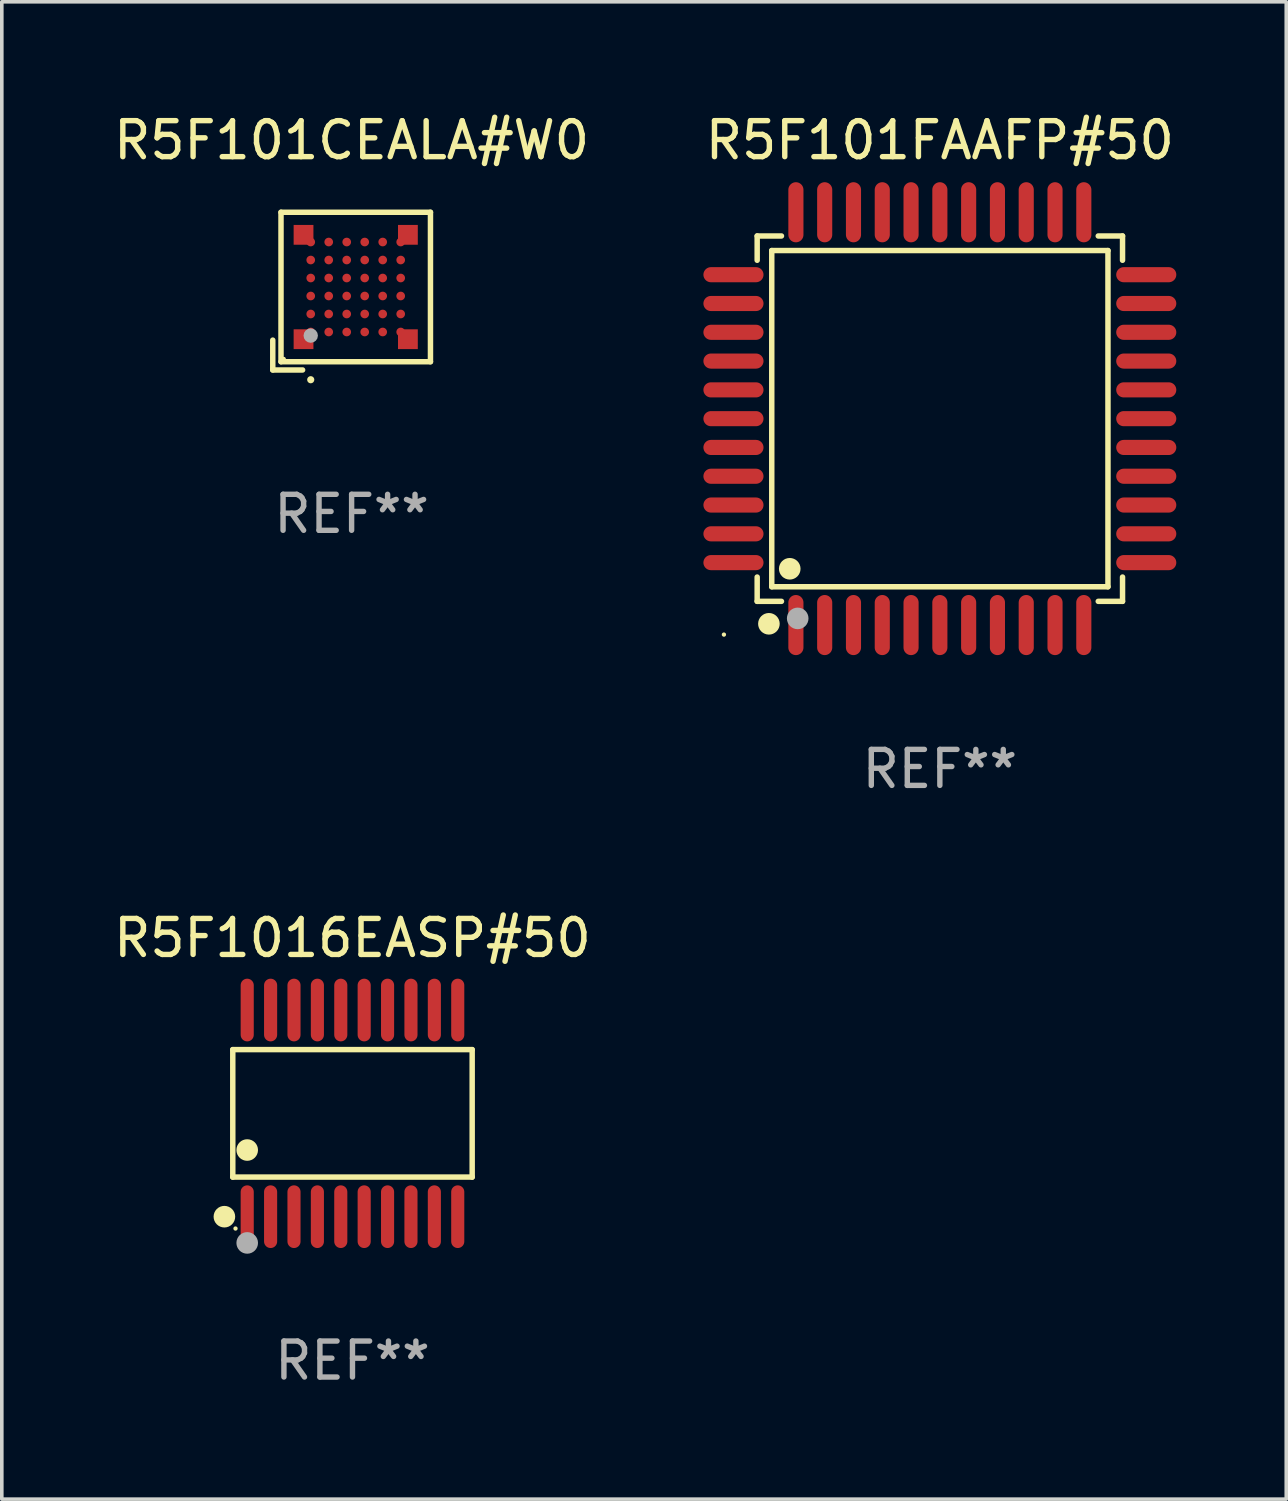
<source format=kicad_pcb>
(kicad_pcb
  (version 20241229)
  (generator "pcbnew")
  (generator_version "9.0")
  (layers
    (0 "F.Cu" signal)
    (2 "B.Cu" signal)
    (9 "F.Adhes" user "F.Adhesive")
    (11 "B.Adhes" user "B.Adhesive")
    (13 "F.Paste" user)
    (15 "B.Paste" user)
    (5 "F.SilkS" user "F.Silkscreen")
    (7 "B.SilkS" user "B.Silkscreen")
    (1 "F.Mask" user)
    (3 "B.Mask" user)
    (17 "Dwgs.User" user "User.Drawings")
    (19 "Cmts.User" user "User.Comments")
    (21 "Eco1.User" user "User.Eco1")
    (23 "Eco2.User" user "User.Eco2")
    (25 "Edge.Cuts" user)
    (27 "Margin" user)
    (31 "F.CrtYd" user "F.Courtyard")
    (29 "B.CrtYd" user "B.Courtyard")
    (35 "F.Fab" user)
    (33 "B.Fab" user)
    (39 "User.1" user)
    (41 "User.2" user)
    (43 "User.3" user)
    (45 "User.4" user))
  (footprint "R5F101FAAFP#50"
    (layer "F.Cu")
    (at 23.065 8.583)
    (property "Reference" "R5F101FAAFP#50" (at 0 -7.735 0) (layer "F.SilkS") (effects (font (size 1 1) (thickness 0.15))))
    (attr through_hole)
    (fp_line (start -5.076 -5.076) (end -4.401 -5.076) (stroke (width 0.152) (type solid)) (layer "F.SilkS"))
    (fp_line (start -5.076 -4.401) (end -5.076 -5.076) (stroke (width 0.152) (type solid)) (layer "F.SilkS"))
    (fp_line (start -5.076 4.401) (end -5.076 5.076) (stroke (width 0.152) (type solid)) (layer "F.SilkS"))
    (fp_line (start -5.076 5.076) (end -4.401 5.076) (stroke (width 0.152) (type solid)) (layer "F.SilkS"))
    (fp_line (start -4.671 -4.671) (end 4.671 -4.671) (stroke (width 0.152) (type solid)) (layer "F.SilkS"))
    (fp_line (start -4.671 4.671) (end -4.671 -4.671) (stroke (width 0.152) (type solid)) (layer "F.SilkS"))
    (fp_line (start 4.671 -4.671) (end 4.671 4.671) (stroke (width 0.152) (type solid)) (layer "F.SilkS"))
    (fp_line (start 4.671 4.671) (end -4.671 4.671) (stroke (width 0.152) (type solid)) (layer "F.SilkS"))
    (fp_line (start 5.076 -5.076) (end 4.401 -5.076) (stroke (width 0.152) (type solid)) (layer "F.SilkS"))
    (fp_line (start 5.076 -4.401) (end 5.076 -5.076) (stroke (width 0.152) (type solid)) (layer "F.SilkS"))
    (fp_line (start 5.076 4.401) (end 5.076 5.076) (stroke (width 0.152) (type solid)) (layer "F.SilkS"))
    (fp_line (start 5.076 5.076) (end 4.401 5.076) (stroke (width 0.152) (type solid)) (layer "F.SilkS"))
    (fp_circle (center -6 6) (end -5.97 6) (stroke (width 0.06) (type solid)) (fill no) (layer "F.SilkS"))
    (fp_circle (center -4.75 5.7) (end -4.6 5.7) (stroke (width 0.3) (type solid)) (fill no) (layer "F.SilkS"))
    (fp_circle (center -4.171 4.171) (end -4.021 4.171) (stroke (width 0.3) (type solid)) (fill no) (layer "F.SilkS"))
    (fp_circle (center -3.95 5.55) (end -3.8 5.55) (stroke (width 0.3) (type solid)) (fill no) (layer "F.Fab"))
    (fp_text user "REF**" (at 0 9.735 0) (layer "F.Fab") (effects (font (size 1 1) (thickness 0.15))))
    (pad "1" smd oval (at -4 5.735) (size 0.42 1.67) (layers "F.Cu" "F.Mask" "F.Paste"))
    (pad "2" smd oval (at -3.2 5.735) (size 0.42 1.67) (layers "F.Cu" "F.Mask" "F.Paste"))
    (pad "3" smd oval (at -2.4 5.735) (size 0.42 1.67) (layers "F.Cu" "F.Mask" "F.Paste"))
    (pad "4" smd oval (at -1.6 5.735) (size 0.42 1.67) (layers "F.Cu" "F.Mask" "F.Paste"))
    (pad "5" smd oval (at -0.8 5.735) (size 0.42 1.67) (layers "F.Cu" "F.Mask" "F.Paste"))
    (pad "6" smd oval (at 0 5.735) (size 0.42 1.67) (layers "F.Cu" "F.Mask" "F.Paste"))
    (pad "7" smd oval (at 0.8 5.735) (size 0.42 1.67) (layers "F.Cu" "F.Mask" "F.Paste"))
    (pad "8" smd oval (at 1.6 5.735) (size 0.42 1.67) (layers "F.Cu" "F.Mask" "F.Paste"))
    (pad "9" smd oval (at 2.4 5.735) (size 0.42 1.67) (layers "F.Cu" "F.Mask" "F.Paste"))
    (pad "10" smd oval (at 3.2 5.735) (size 0.42 1.67) (layers "F.Cu" "F.Mask" "F.Paste"))
    (pad "11" smd oval (at 4 5.735) (size 0.42 1.67) (layers "F.Cu" "F.Mask" "F.Paste"))
    (pad "12" smd oval (at 5.735 4) (size 1.67 0.42) (layers "F.Cu" "F.Mask" "F.Paste"))
    (pad "13" smd oval (at 5.735 3.2) (size 1.67 0.42) (layers "F.Cu" "F.Mask" "F.Paste"))
    (pad "14" smd oval (at 5.735 2.4) (size 1.67 0.42) (layers "F.Cu" "F.Mask" "F.Paste"))
    (pad "15" smd oval (at 5.735 1.6) (size 1.67 0.42) (layers "F.Cu" "F.Mask" "F.Paste"))
    (pad "16" smd oval (at 5.735 0.8) (size 1.67 0.42) (layers "F.Cu" "F.Mask" "F.Paste"))
    (pad "17" smd oval (at 5.735 0) (size 1.67 0.42) (layers "F.Cu" "F.Mask" "F.Paste"))
    (pad "18" smd oval (at 5.735 -0.8) (size 1.67 0.42) (layers "F.Cu" "F.Mask" "F.Paste"))
    (pad "19" smd oval (at 5.735 -1.6) (size 1.67 0.42) (layers "F.Cu" "F.Mask" "F.Paste"))
    (pad "20" smd oval (at 5.735 -2.4) (size 1.67 0.42) (layers "F.Cu" "F.Mask" "F.Paste"))
    (pad "21" smd oval (at 5.735 -3.2) (size 1.67 0.42) (layers "F.Cu" "F.Mask" "F.Paste"))
    (pad "22" smd oval (at 5.735 -4) (size 1.67 0.42) (layers "F.Cu" "F.Mask" "F.Paste"))
    (pad "23" smd oval (at 4 -5.735) (size 0.42 1.67) (layers "F.Cu" "F.Mask" "F.Paste"))
    (pad "24" smd oval (at 3.2 -5.735) (size 0.42 1.67) (layers "F.Cu" "F.Mask" "F.Paste"))
    (pad "25" smd oval (at 2.4 -5.735) (size 0.42 1.67) (layers "F.Cu" "F.Mask" "F.Paste"))
    (pad "26" smd oval (at 1.6 -5.735) (size 0.42 1.67) (layers "F.Cu" "F.Mask" "F.Paste"))
    (pad "27" smd oval (at 0.8 -5.735) (size 0.42 1.67) (layers "F.Cu" "F.Mask" "F.Paste"))
    (pad "28" smd oval (at 0 -5.735) (size 0.42 1.67) (layers "F.Cu" "F.Mask" "F.Paste"))
    (pad "29" smd oval (at -0.8 -5.735) (size 0.42 1.67) (layers "F.Cu" "F.Mask" "F.Paste"))
    (pad "30" smd oval (at -1.6 -5.735) (size 0.42 1.67) (layers "F.Cu" "F.Mask" "F.Paste"))
    (pad "31" smd oval (at -2.4 -5.735) (size 0.42 1.67) (layers "F.Cu" "F.Mask" "F.Paste"))
    (pad "32" smd oval (at -3.2 -5.735) (size 0.42 1.67) (layers "F.Cu" "F.Mask" "F.Paste"))
    (pad "33" smd oval (at -4 -5.735) (size 0.42 1.67) (layers "F.Cu" "F.Mask" "F.Paste"))
    (pad "34" smd oval (at -5.735 -4) (size 1.67 0.42) (layers "F.Cu" "F.Mask" "F.Paste"))
    (pad "35" smd oval (at -5.735 -3.2) (size 1.67 0.42) (layers "F.Cu" "F.Mask" "F.Paste"))
    (pad "36" smd oval (at -5.735 -2.4) (size 1.67 0.42) (layers "F.Cu" "F.Mask" "F.Paste"))
    (pad "37" smd oval (at -5.735 -1.6) (size 1.67 0.42) (layers "F.Cu" "F.Mask" "F.Paste"))
    (pad "38" smd oval (at -5.735 -0.8) (size 1.67 0.42) (layers "F.Cu" "F.Mask" "F.Paste"))
    (pad "39" smd oval (at -5.735 0) (size 1.67 0.42) (layers "F.Cu" "F.Mask" "F.Paste"))
    (pad "40" smd oval (at -5.735 0.8) (size 1.67 0.42) (layers "F.Cu" "F.Mask" "F.Paste"))
    (pad "41" smd oval (at -5.735 1.6) (size 1.67 0.42) (layers "F.Cu" "F.Mask" "F.Paste"))
    (pad "42" smd oval (at -5.735 2.4) (size 1.67 0.42) (layers "F.Cu" "F.Mask" "F.Paste"))
    (pad "43" smd oval (at -5.735 3.2) (size 1.67 0.42) (layers "F.Cu" "F.Mask" "F.Paste"))
    (pad "44" smd oval (at -5.735 4) (size 1.67 0.42) (layers "F.Cu" "F.Mask" "F.Paste")))
  (footprint "R5F101CEALA#W0"
    (layer "F.Cu")
    (at 6.72 5.039)
    (property "Reference" "R5F101CEALA#W0" (at 0 -4.191 0) (layer "F.SilkS") (effects (font (size 1 1) (thickness 0.15))))
    (attr through_hole)
    (fp_line (start -2.191 1.362) (end -2.191 2.191) (stroke (width 0.152) (type solid)) (layer "F.SilkS"))
    (fp_line (start -2.191 2.191) (end -1.362 2.191) (stroke (width 0.152) (type solid)) (layer "F.SilkS"))
    (fp_line (start -1.962 -2.191) (end 2.191 -2.191) (stroke (width 0.152) (type solid)) (layer "F.SilkS"))
    (fp_line (start -1.962 1.962) (end -1.962 -2.191) (stroke (width 0.152) (type solid)) (layer "F.SilkS"))
    (fp_line (start 2.191 -2.191) (end 2.191 1.962) (stroke (width 0.152) (type solid)) (layer "F.SilkS"))
    (fp_line (start 2.191 1.962) (end -1.962 1.962) (stroke (width 0.152) (type solid)) (layer "F.SilkS"))
    (fp_circle (center -1.886 1.886) (end -1.856 1.886) (stroke (width 0.06) (type solid)) (fill no) (layer "F.SilkS"))
    (fp_circle (center -1.136 2.462) (end -1.086 2.462) (stroke (width 0.1) (type solid)) (fill no) (layer "F.SilkS"))
    (fp_circle (center -1.136 1.236) (end -1.036 1.236) (stroke (width 0.2) (type solid)) (fill no) (layer "F.Fab"))
    (fp_text user "REF**" (at 0 6.191 0) (layer "F.Fab") (effects (font (size 1 1) (thickness 0.15))))
    (pad "A1" smd rect (at -1.336 1.336) (size 0.55 0.55) (layers "F.Cu" "F.Mask" "F.Paste"))
    (pad "A1" smd circle (at -1.136 1.136) (size 0.24 0.24) (layers "F.Cu" "F.Mask" "F.Paste"))
    (pad "A2" smd circle (at -1.136 0.636) (size 0.24 0.24) (layers "F.Cu" "F.Mask" "F.Paste"))
    (pad "A3" smd circle (at -1.136 0.136) (size 0.24 0.24) (layers "F.Cu" "F.Mask" "F.Paste"))
    (pad "A4" smd circle (at -1.136 -0.364) (size 0.24 0.24) (layers "F.Cu" "F.Mask" "F.Paste"))
    (pad "A5" smd circle (at -1.136 -0.864) (size 0.24 0.24) (layers "F.Cu" "F.Mask" "F.Paste"))
    (pad "A6" smd rect (at -1.336 -1.564) (size 0.55 0.55) (layers "F.Cu" "F.Mask" "F.Paste"))
    (pad "A6" smd circle (at -1.136 -1.364) (size 0.24 0.24) (layers "F.Cu" "F.Mask" "F.Paste"))
    (pad "B1" smd circle (at -0.636 1.136) (size 0.24 0.24) (layers "F.Cu" "F.Mask" "F.Paste"))
    (pad "B2" smd circle (at -0.636 0.636) (size 0.24 0.24) (layers "F.Cu" "F.Mask" "F.Paste"))
    (pad "B3" smd circle (at -0.636 0.136) (size 0.24 0.24) (layers "F.Cu" "F.Mask" "F.Paste"))
    (pad "B4" smd circle (at -0.636 -0.364) (size 0.24 0.24) (layers "F.Cu" "F.Mask" "F.Paste"))
    (pad "B5" smd circle (at -0.636 -0.864) (size 0.24 0.24) (layers "F.Cu" "F.Mask" "F.Paste"))
    (pad "B6" smd circle (at -0.636 -1.364) (size 0.24 0.24) (layers "F.Cu" "F.Mask" "F.Paste"))
    (pad "C1" smd circle (at -0.136 1.136) (size 0.24 0.24) (layers "F.Cu" "F.Mask" "F.Paste"))
    (pad "C2" smd circle (at -0.136 0.636) (size 0.24 0.24) (layers "F.Cu" "F.Mask" "F.Paste"))
    (pad "C3" smd circle (at -0.136 0.136) (size 0.24 0.24) (layers "F.Cu" "F.Mask" "F.Paste"))
    (pad "C4" smd circle (at -0.136 -0.364) (size 0.24 0.24) (layers "F.Cu" "F.Mask" "F.Paste"))
    (pad "C5" smd circle (at -0.136 -0.864) (size 0.24 0.24) (layers "F.Cu" "F.Mask" "F.Paste"))
    (pad "C6" smd circle (at -0.136 -1.364) (size 0.24 0.24) (layers "F.Cu" "F.Mask" "F.Paste"))
    (pad "D1" smd circle (at 0.364 1.136) (size 0.24 0.24) (layers "F.Cu" "F.Mask" "F.Paste"))
    (pad "D2" smd circle (at 0.364 0.636) (size 0.24 0.24) (layers "F.Cu" "F.Mask" "F.Paste"))
    (pad "D3" smd circle (at 0.364 0.136) (size 0.24 0.24) (layers "F.Cu" "F.Mask" "F.Paste"))
    (pad "D4" smd circle (at 0.364 -0.364) (size 0.24 0.24) (layers "F.Cu" "F.Mask" "F.Paste"))
    (pad "D5" smd circle (at 0.364 -0.864) (size 0.24 0.24) (layers "F.Cu" "F.Mask" "F.Paste"))
    (pad "D6" smd circle (at 0.364 -1.364) (size 0.24 0.24) (layers "F.Cu" "F.Mask" "F.Paste"))
    (pad "E1" smd circle (at 0.864 1.136) (size 0.24 0.24) (layers "F.Cu" "F.Mask" "F.Paste"))
    (pad "E2" smd circle (at 0.864 0.636) (size 0.24 0.24) (layers "F.Cu" "F.Mask" "F.Paste"))
    (pad "E3" smd circle (at 0.864 0.136) (size 0.24 0.24) (layers "F.Cu" "F.Mask" "F.Paste"))
    (pad "E4" smd circle (at 0.864 -0.364) (size 0.24 0.24) (layers "F.Cu" "F.Mask" "F.Paste"))
    (pad "E5" smd circle (at 0.864 -0.864) (size 0.24 0.24) (layers "F.Cu" "F.Mask" "F.Paste"))
    (pad "E6" smd circle (at 0.864 -1.364) (size 0.24 0.24) (layers "F.Cu" "F.Mask" "F.Paste"))
    (pad "F1" smd circle (at 1.364 1.136) (size 0.24 0.24) (layers "F.Cu" "F.Mask" "F.Paste"))
    (pad "F1" smd rect (at 1.564 1.336) (size 0.55 0.55) (layers "F.Cu" "F.Mask" "F.Paste"))
    (pad "F2" smd circle (at 1.364 0.636) (size 0.24 0.24) (layers "F.Cu" "F.Mask" "F.Paste"))
    (pad "F3" smd circle (at 1.364 0.136) (size 0.24 0.24) (layers "F.Cu" "F.Mask" "F.Paste"))
    (pad "F4" smd circle (at 1.364 -0.364) (size 0.24 0.24) (layers "F.Cu" "F.Mask" "F.Paste"))
    (pad "F5" smd circle (at 1.364 -0.864) (size 0.24 0.24) (layers "F.Cu" "F.Mask" "F.Paste"))
    (pad "F6" smd circle (at 1.364 -1.364) (size 0.24 0.24) (layers "F.Cu" "F.Mask" "F.Paste"))
    (pad "F6" smd rect (at 1.564 -1.564) (size 0.55 0.55) (layers "F.Cu" "F.Mask" "F.Paste")))
  (footprint "R5F1016EASP#50"
    (layer "F.Cu")
    (at 6.744 27.886)
    (property "Reference" "R5F1016EASP#50" (at 0 -4.871 0) (layer "F.SilkS") (effects (font (size 1 1) (thickness 0.15))))
    (attr through_hole)
    (fp_line (start -3.326 -1.771) (end 3.326 -1.771) (stroke (width 0.152) (type solid)) (layer "F.SilkS"))
    (fp_line (start -3.326 1.771) (end -3.326 -1.771) (stroke (width 0.152) (type solid)) (layer "F.SilkS"))
    (fp_line (start 3.326 -1.771) (end 3.326 1.771) (stroke (width 0.152) (type solid)) (layer "F.SilkS"))
    (fp_line (start 3.326 1.771) (end -3.326 1.771) (stroke (width 0.152) (type solid)) (layer "F.SilkS"))
    (fp_circle (center -3.559 2.871) (end -3.409 2.871) (stroke (width 0.3) (type solid)) (fill no) (layer "F.SilkS"))
    (fp_circle (center -3.25 3.2) (end -3.22 3.2) (stroke (width 0.06) (type solid)) (fill no) (layer "F.SilkS"))
    (fp_circle (center -2.925 1.019) (end -2.775 1.019) (stroke (width 0.3) (type solid)) (fill no) (layer "F.SilkS"))
    (fp_circle (center -2.925 3.6) (end -2.775 3.6) (stroke (width 0.3) (type solid)) (fill no) (layer "F.Fab"))
    (fp_text user "REF**" (at 0 6.871 0) (layer "F.Fab") (effects (font (size 1 1) (thickness 0.15))))
    (pad "1" smd oval (at -2.925 2.871) (size 0.364 1.742) (layers "F.Cu" "F.Mask" "F.Paste"))
    (pad "2" smd oval (at -2.275 2.871) (size 0.364 1.742) (layers "F.Cu" "F.Mask" "F.Paste"))
    (pad "3" smd oval (at -1.625 2.871) (size 0.364 1.742) (layers "F.Cu" "F.Mask" "F.Paste"))
    (pad "4" smd oval (at -0.975 2.871) (size 0.364 1.742) (layers "F.Cu" "F.Mask" "F.Paste"))
    (pad "5" smd oval (at -0.325 2.871) (size 0.364 1.742) (layers "F.Cu" "F.Mask" "F.Paste"))
    (pad "6" smd oval (at 0.325 2.871) (size 0.364 1.742) (layers "F.Cu" "F.Mask" "F.Paste"))
    (pad "7" smd oval (at 0.975 2.871) (size 0.364 1.742) (layers "F.Cu" "F.Mask" "F.Paste"))
    (pad "8" smd oval (at 1.625 2.871) (size 0.364 1.742) (layers "F.Cu" "F.Mask" "F.Paste"))
    (pad "9" smd oval (at 2.275 2.871) (size 0.364 1.742) (layers "F.Cu" "F.Mask" "F.Paste"))
    (pad "10" smd oval (at 2.925 2.871) (size 0.364 1.742) (layers "F.Cu" "F.Mask" "F.Paste"))
    (pad "11" smd oval (at 2.925 -2.871) (size 0.364 1.742) (layers "F.Cu" "F.Mask" "F.Paste"))
    (pad "12" smd oval (at 2.275 -2.871) (size 0.364 1.742) (layers "F.Cu" "F.Mask" "F.Paste"))
    (pad "13" smd oval (at 1.625 -2.871) (size 0.364 1.742) (layers "F.Cu" "F.Mask" "F.Paste"))
    (pad "14" smd oval (at 0.975 -2.871) (size 0.364 1.742) (layers "F.Cu" "F.Mask" "F.Paste"))
    (pad "15" smd oval (at 0.325 -2.871) (size 0.364 1.742) (layers "F.Cu" "F.Mask" "F.Paste"))
    (pad "16" smd oval (at -0.325 -2.871) (size 0.364 1.742) (layers "F.Cu" "F.Mask" "F.Paste"))
    (pad "17" smd oval (at -0.975 -2.871) (size 0.364 1.742) (layers "F.Cu" "F.Mask" "F.Paste"))
    (pad "18" smd oval (at -1.625 -2.871) (size 0.364 1.742) (layers "F.Cu" "F.Mask" "F.Paste"))
    (pad "19" smd oval (at -2.275 -2.871) (size 0.364 1.742) (layers "F.Cu" "F.Mask" "F.Paste"))
    (pad "20" smd oval (at -2.925 -2.871) (size 0.364 1.742) (layers "F.Cu" "F.Mask" "F.Paste")))
  (gr_rect
    (start -3 -3)
    (end 32.69 38.605)
    (stroke (width 0.1) (type default))
    (fill no)
    (layer "Edge.Cuts")))
</source>
